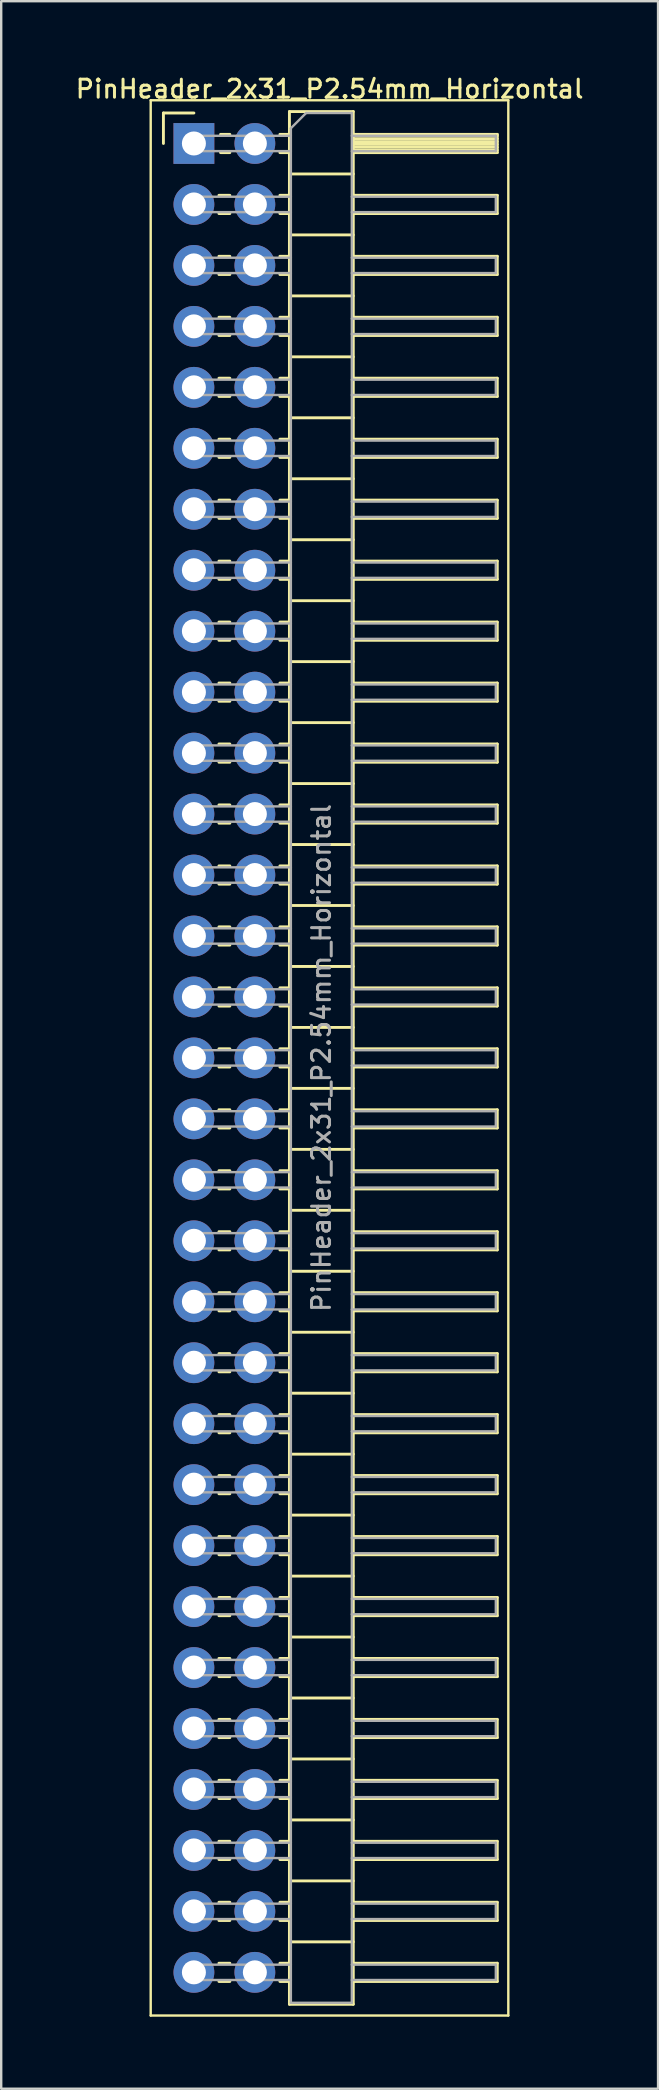
<source format=kicad_pcb>
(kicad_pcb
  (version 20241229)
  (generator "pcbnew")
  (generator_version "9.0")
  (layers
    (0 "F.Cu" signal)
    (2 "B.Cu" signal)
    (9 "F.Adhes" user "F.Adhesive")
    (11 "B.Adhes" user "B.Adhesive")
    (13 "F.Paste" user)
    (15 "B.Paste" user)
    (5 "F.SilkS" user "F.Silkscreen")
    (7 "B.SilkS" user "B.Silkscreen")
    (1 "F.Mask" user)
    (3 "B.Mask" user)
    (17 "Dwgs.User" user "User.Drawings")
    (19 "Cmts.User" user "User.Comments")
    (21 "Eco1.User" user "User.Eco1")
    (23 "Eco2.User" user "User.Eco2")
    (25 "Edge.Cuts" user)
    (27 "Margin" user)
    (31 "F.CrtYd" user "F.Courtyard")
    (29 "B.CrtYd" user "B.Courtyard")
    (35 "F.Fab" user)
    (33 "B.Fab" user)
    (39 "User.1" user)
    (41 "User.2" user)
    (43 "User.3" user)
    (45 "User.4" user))
  (footprint "PinHeader_2x31_P2.54mm_Horizontal"
    (layer "F.Cu")
    (at 5.029 2.928)
    (property "Reference" "PinHeader_2x31_P2.54mm_Horizontal" (at 5.655 -2.27 0) (layer "F.SilkS") (effects (font (size 0.75 0.75) (thickness 0.125))))
    (attr through_hole)
    (fp_line (start -1.8 -1.8) (end -1.8 78) (stroke (width 0.1) (type solid)) (layer "F.SilkS"))
    (fp_line (start -1.8 78) (end 13.1 78) (stroke (width 0.1) (type solid)) (layer "F.SilkS"))
    (fp_line (start -1.27 -1.27) (end 0 -1.27) (stroke (width 0.12) (type solid)) (layer "F.SilkS"))
    (fp_line (start -1.27 0) (end -1.27 -1.27) (stroke (width 0.12) (type solid)) (layer "F.SilkS"))
    (fp_line (start 1.043 2.16) (end 1.497 2.16) (stroke (width 0.12) (type solid)) (layer "F.SilkS"))
    (fp_line (start 1.043 2.92) (end 1.497 2.92) (stroke (width 0.12) (type solid)) (layer "F.SilkS"))
    (fp_line (start 1.043 4.7) (end 1.497 4.7) (stroke (width 0.12) (type solid)) (layer "F.SilkS"))
    (fp_line (start 1.043 5.46) (end 1.497 5.46) (stroke (width 0.12) (type solid)) (layer "F.SilkS"))
    (fp_line (start 1.043 7.24) (end 1.497 7.24) (stroke (width 0.12) (type solid)) (layer "F.SilkS"))
    (fp_line (start 1.043 8) (end 1.497 8) (stroke (width 0.12) (type solid)) (layer "F.SilkS"))
    (fp_line (start 1.043 9.78) (end 1.497 9.78) (stroke (width 0.12) (type solid)) (layer "F.SilkS"))
    (fp_line (start 1.043 10.54) (end 1.497 10.54) (stroke (width 0.12) (type solid)) (layer "F.SilkS"))
    (fp_line (start 1.043 12.32) (end 1.497 12.32) (stroke (width 0.12) (type solid)) (layer "F.SilkS"))
    (fp_line (start 1.043 13.08) (end 1.497 13.08) (stroke (width 0.12) (type solid)) (layer "F.SilkS"))
    (fp_line (start 1.043 14.86) (end 1.497 14.86) (stroke (width 0.12) (type solid)) (layer "F.SilkS"))
    (fp_line (start 1.043 15.62) (end 1.497 15.62) (stroke (width 0.12) (type solid)) (layer "F.SilkS"))
    (fp_line (start 1.043 17.4) (end 1.497 17.4) (stroke (width 0.12) (type solid)) (layer "F.SilkS"))
    (fp_line (start 1.043 18.16) (end 1.497 18.16) (stroke (width 0.12) (type solid)) (layer "F.SilkS"))
    (fp_line (start 1.043 19.94) (end 1.497 19.94) (stroke (width 0.12) (type solid)) (layer "F.SilkS"))
    (fp_line (start 1.043 20.7) (end 1.497 20.7) (stroke (width 0.12) (type solid)) (layer "F.SilkS"))
    (fp_line (start 1.043 22.48) (end 1.497 22.48) (stroke (width 0.12) (type solid)) (layer "F.SilkS"))
    (fp_line (start 1.043 23.24) (end 1.497 23.24) (stroke (width 0.12) (type solid)) (layer "F.SilkS"))
    (fp_line (start 1.043 25.02) (end 1.497 25.02) (stroke (width 0.12) (type solid)) (layer "F.SilkS"))
    (fp_line (start 1.043 25.78) (end 1.497 25.78) (stroke (width 0.12) (type solid)) (layer "F.SilkS"))
    (fp_line (start 1.043 27.56) (end 1.497 27.56) (stroke (width 0.12) (type solid)) (layer "F.SilkS"))
    (fp_line (start 1.043 28.32) (end 1.497 28.32) (stroke (width 0.12) (type solid)) (layer "F.SilkS"))
    (fp_line (start 1.043 30.1) (end 1.497 30.1) (stroke (width 0.12) (type solid)) (layer "F.SilkS"))
    (fp_line (start 1.043 30.86) (end 1.497 30.86) (stroke (width 0.12) (type solid)) (layer "F.SilkS"))
    (fp_line (start 1.043 32.64) (end 1.497 32.64) (stroke (width 0.12) (type solid)) (layer "F.SilkS"))
    (fp_line (start 1.043 33.4) (end 1.497 33.4) (stroke (width 0.12) (type solid)) (layer "F.SilkS"))
    (fp_line (start 1.043 35.18) (end 1.497 35.18) (stroke (width 0.12) (type solid)) (layer "F.SilkS"))
    (fp_line (start 1.043 35.94) (end 1.497 35.94) (stroke (width 0.12) (type solid)) (layer "F.SilkS"))
    (fp_line (start 1.043 37.72) (end 1.497 37.72) (stroke (width 0.12) (type solid)) (layer "F.SilkS"))
    (fp_line (start 1.043 38.48) (end 1.497 38.48) (stroke (width 0.12) (type solid)) (layer "F.SilkS"))
    (fp_line (start 1.043 40.26) (end 1.497 40.26) (stroke (width 0.12) (type solid)) (layer "F.SilkS"))
    (fp_line (start 1.043 41.02) (end 1.497 41.02) (stroke (width 0.12) (type solid)) (layer "F.SilkS"))
    (fp_line (start 1.043 42.8) (end 1.497 42.8) (stroke (width 0.12) (type solid)) (layer "F.SilkS"))
    (fp_line (start 1.043 43.56) (end 1.497 43.56) (stroke (width 0.12) (type solid)) (layer "F.SilkS"))
    (fp_line (start 1.043 45.34) (end 1.497 45.34) (stroke (width 0.12) (type solid)) (layer "F.SilkS"))
    (fp_line (start 1.043 46.1) (end 1.497 46.1) (stroke (width 0.12) (type solid)) (layer "F.SilkS"))
    (fp_line (start 1.043 47.88) (end 1.497 47.88) (stroke (width 0.12) (type solid)) (layer "F.SilkS"))
    (fp_line (start 1.043 48.64) (end 1.497 48.64) (stroke (width 0.12) (type solid)) (layer "F.SilkS"))
    (fp_line (start 1.043 50.42) (end 1.497 50.42) (stroke (width 0.12) (type solid)) (layer "F.SilkS"))
    (fp_line (start 1.043 51.18) (end 1.497 51.18) (stroke (width 0.12) (type solid)) (layer "F.SilkS"))
    (fp_line (start 1.043 52.96) (end 1.497 52.96) (stroke (width 0.12) (type solid)) (layer "F.SilkS"))
    (fp_line (start 1.043 53.72) (end 1.497 53.72) (stroke (width 0.12) (type solid)) (layer "F.SilkS"))
    (fp_line (start 1.043 55.5) (end 1.497 55.5) (stroke (width 0.12) (type solid)) (layer "F.SilkS"))
    (fp_line (start 1.043 56.26) (end 1.497 56.26) (stroke (width 0.12) (type solid)) (layer "F.SilkS"))
    (fp_line (start 1.043 58.04) (end 1.497 58.04) (stroke (width 0.12) (type solid)) (layer "F.SilkS"))
    (fp_line (start 1.043 58.8) (end 1.497 58.8) (stroke (width 0.12) (type solid)) (layer "F.SilkS"))
    (fp_line (start 1.043 60.58) (end 1.497 60.58) (stroke (width 0.12) (type solid)) (layer "F.SilkS"))
    (fp_line (start 1.043 61.34) (end 1.497 61.34) (stroke (width 0.12) (type solid)) (layer "F.SilkS"))
    (fp_line (start 1.043 63.12) (end 1.497 63.12) (stroke (width 0.12) (type solid)) (layer "F.SilkS"))
    (fp_line (start 1.043 63.88) (end 1.497 63.88) (stroke (width 0.12) (type solid)) (layer "F.SilkS"))
    (fp_line (start 1.043 65.66) (end 1.497 65.66) (stroke (width 0.12) (type solid)) (layer "F.SilkS"))
    (fp_line (start 1.043 66.42) (end 1.497 66.42) (stroke (width 0.12) (type solid)) (layer "F.SilkS"))
    (fp_line (start 1.043 68.2) (end 1.497 68.2) (stroke (width 0.12) (type solid)) (layer "F.SilkS"))
    (fp_line (start 1.043 68.96) (end 1.497 68.96) (stroke (width 0.12) (type solid)) (layer "F.SilkS"))
    (fp_line (start 1.043 70.74) (end 1.497 70.74) (stroke (width 0.12) (type solid)) (layer "F.SilkS"))
    (fp_line (start 1.043 71.5) (end 1.497 71.5) (stroke (width 0.12) (type solid)) (layer "F.SilkS"))
    (fp_line (start 1.043 73.28) (end 1.497 73.28) (stroke (width 0.12) (type solid)) (layer "F.SilkS"))
    (fp_line (start 1.043 74.04) (end 1.497 74.04) (stroke (width 0.12) (type solid)) (layer "F.SilkS"))
    (fp_line (start 1.043 75.82) (end 1.497 75.82) (stroke (width 0.12) (type solid)) (layer "F.SilkS"))
    (fp_line (start 1.043 76.58) (end 1.497 76.58) (stroke (width 0.12) (type solid)) (layer "F.SilkS"))
    (fp_line (start 1.11 -0.38) (end 1.497 -0.38) (stroke (width 0.12) (type solid)) (layer "F.SilkS"))
    (fp_line (start 1.11 0.38) (end 1.497 0.38) (stroke (width 0.12) (type solid)) (layer "F.SilkS"))
    (fp_line (start 3.583 -0.38) (end 3.98 -0.38) (stroke (width 0.12) (type solid)) (layer "F.SilkS"))
    (fp_line (start 3.583 0.38) (end 3.98 0.38) (stroke (width 0.12) (type solid)) (layer "F.SilkS"))
    (fp_line (start 3.583 2.16) (end 3.98 2.16) (stroke (width 0.12) (type solid)) (layer "F.SilkS"))
    (fp_line (start 3.583 2.92) (end 3.98 2.92) (stroke (width 0.12) (type solid)) (layer "F.SilkS"))
    (fp_line (start 3.583 4.7) (end 3.98 4.7) (stroke (width 0.12) (type solid)) (layer "F.SilkS"))
    (fp_line (start 3.583 5.46) (end 3.98 5.46) (stroke (width 0.12) (type solid)) (layer "F.SilkS"))
    (fp_line (start 3.583 7.24) (end 3.98 7.24) (stroke (width 0.12) (type solid)) (layer "F.SilkS"))
    (fp_line (start 3.583 8) (end 3.98 8) (stroke (width 0.12) (type solid)) (layer "F.SilkS"))
    (fp_line (start 3.583 9.78) (end 3.98 9.78) (stroke (width 0.12) (type solid)) (layer "F.SilkS"))
    (fp_line (start 3.583 10.54) (end 3.98 10.54) (stroke (width 0.12) (type solid)) (layer "F.SilkS"))
    (fp_line (start 3.583 12.32) (end 3.98 12.32) (stroke (width 0.12) (type solid)) (layer "F.SilkS"))
    (fp_line (start 3.583 13.08) (end 3.98 13.08) (stroke (width 0.12) (type solid)) (layer "F.SilkS"))
    (fp_line (start 3.583 14.86) (end 3.98 14.86) (stroke (width 0.12) (type solid)) (layer "F.SilkS"))
    (fp_line (start 3.583 15.62) (end 3.98 15.62) (stroke (width 0.12) (type solid)) (layer "F.SilkS"))
    (fp_line (start 3.583 17.4) (end 3.98 17.4) (stroke (width 0.12) (type solid)) (layer "F.SilkS"))
    (fp_line (start 3.583 18.16) (end 3.98 18.16) (stroke (width 0.12) (type solid)) (layer "F.SilkS"))
    (fp_line (start 3.583 19.94) (end 3.98 19.94) (stroke (width 0.12) (type solid)) (layer "F.SilkS"))
    (fp_line (start 3.583 20.7) (end 3.98 20.7) (stroke (width 0.12) (type solid)) (layer "F.SilkS"))
    (fp_line (start 3.583 22.48) (end 3.98 22.48) (stroke (width 0.12) (type solid)) (layer "F.SilkS"))
    (fp_line (start 3.583 23.24) (end 3.98 23.24) (stroke (width 0.12) (type solid)) (layer "F.SilkS"))
    (fp_line (start 3.583 25.02) (end 3.98 25.02) (stroke (width 0.12) (type solid)) (layer "F.SilkS"))
    (fp_line (start 3.583 25.78) (end 3.98 25.78) (stroke (width 0.12) (type solid)) (layer "F.SilkS"))
    (fp_line (start 3.583 27.56) (end 3.98 27.56) (stroke (width 0.12) (type solid)) (layer "F.SilkS"))
    (fp_line (start 3.583 28.32) (end 3.98 28.32) (stroke (width 0.12) (type solid)) (layer "F.SilkS"))
    (fp_line (start 3.583 30.1) (end 3.98 30.1) (stroke (width 0.12) (type solid)) (layer "F.SilkS"))
    (fp_line (start 3.583 30.86) (end 3.98 30.86) (stroke (width 0.12) (type solid)) (layer "F.SilkS"))
    (fp_line (start 3.583 32.64) (end 3.98 32.64) (stroke (width 0.12) (type solid)) (layer "F.SilkS"))
    (fp_line (start 3.583 33.4) (end 3.98 33.4) (stroke (width 0.12) (type solid)) (layer "F.SilkS"))
    (fp_line (start 3.583 35.18) (end 3.98 35.18) (stroke (width 0.12) (type solid)) (layer "F.SilkS"))
    (fp_line (start 3.583 35.94) (end 3.98 35.94) (stroke (width 0.12) (type solid)) (layer "F.SilkS"))
    (fp_line (start 3.583 37.72) (end 3.98 37.72) (stroke (width 0.12) (type solid)) (layer "F.SilkS"))
    (fp_line (start 3.583 38.48) (end 3.98 38.48) (stroke (width 0.12) (type solid)) (layer "F.SilkS"))
    (fp_line (start 3.583 40.26) (end 3.98 40.26) (stroke (width 0.12) (type solid)) (layer "F.SilkS"))
    (fp_line (start 3.583 41.02) (end 3.98 41.02) (stroke (width 0.12) (type solid)) (layer "F.SilkS"))
    (fp_line (start 3.583 42.8) (end 3.98 42.8) (stroke (width 0.12) (type solid)) (layer "F.SilkS"))
    (fp_line (start 3.583 43.56) (end 3.98 43.56) (stroke (width 0.12) (type solid)) (layer "F.SilkS"))
    (fp_line (start 3.583 45.34) (end 3.98 45.34) (stroke (width 0.12) (type solid)) (layer "F.SilkS"))
    (fp_line (start 3.583 46.1) (end 3.98 46.1) (stroke (width 0.12) (type solid)) (layer "F.SilkS"))
    (fp_line (start 3.583 47.88) (end 3.98 47.88) (stroke (width 0.12) (type solid)) (layer "F.SilkS"))
    (fp_line (start 3.583 48.64) (end 3.98 48.64) (stroke (width 0.12) (type solid)) (layer "F.SilkS"))
    (fp_line (start 3.583 50.42) (end 3.98 50.42) (stroke (width 0.12) (type solid)) (layer "F.SilkS"))
    (fp_line (start 3.583 51.18) (end 3.98 51.18) (stroke (width 0.12) (type solid)) (layer "F.SilkS"))
    (fp_line (start 3.583 52.96) (end 3.98 52.96) (stroke (width 0.12) (type solid)) (layer "F.SilkS"))
    (fp_line (start 3.583 53.72) (end 3.98 53.72) (stroke (width 0.12) (type solid)) (layer "F.SilkS"))
    (fp_line (start 3.583 55.5) (end 3.98 55.5) (stroke (width 0.12) (type solid)) (layer "F.SilkS"))
    (fp_line (start 3.583 56.26) (end 3.98 56.26) (stroke (width 0.12) (type solid)) (layer "F.SilkS"))
    (fp_line (start 3.583 58.04) (end 3.98 58.04) (stroke (width 0.12) (type solid)) (layer "F.SilkS"))
    (fp_line (start 3.583 58.8) (end 3.98 58.8) (stroke (width 0.12) (type solid)) (layer "F.SilkS"))
    (fp_line (start 3.583 60.58) (end 3.98 60.58) (stroke (width 0.12) (type solid)) (layer "F.SilkS"))
    (fp_line (start 3.583 61.34) (end 3.98 61.34) (stroke (width 0.12) (type solid)) (layer "F.SilkS"))
    (fp_line (start 3.583 63.12) (end 3.98 63.12) (stroke (width 0.12) (type solid)) (layer "F.SilkS"))
    (fp_line (start 3.583 63.88) (end 3.98 63.88) (stroke (width 0.12) (type solid)) (layer "F.SilkS"))
    (fp_line (start 3.583 65.66) (end 3.98 65.66) (stroke (width 0.12) (type solid)) (layer "F.SilkS"))
    (fp_line (start 3.583 66.42) (end 3.98 66.42) (stroke (width 0.12) (type solid)) (layer "F.SilkS"))
    (fp_line (start 3.583 68.2) (end 3.98 68.2) (stroke (width 0.12) (type solid)) (layer "F.SilkS"))
    (fp_line (start 3.583 68.96) (end 3.98 68.96) (stroke (width 0.12) (type solid)) (layer "F.SilkS"))
    (fp_line (start 3.583 70.74) (end 3.98 70.74) (stroke (width 0.12) (type solid)) (layer "F.SilkS"))
    (fp_line (start 3.583 71.5) (end 3.98 71.5) (stroke (width 0.12) (type solid)) (layer "F.SilkS"))
    (fp_line (start 3.583 73.28) (end 3.98 73.28) (stroke (width 0.12) (type solid)) (layer "F.SilkS"))
    (fp_line (start 3.583 74.04) (end 3.98 74.04) (stroke (width 0.12) (type solid)) (layer "F.SilkS"))
    (fp_line (start 3.583 75.82) (end 3.98 75.82) (stroke (width 0.12) (type solid)) (layer "F.SilkS"))
    (fp_line (start 3.583 76.58) (end 3.98 76.58) (stroke (width 0.12) (type solid)) (layer "F.SilkS"))
    (fp_line (start 3.98 -1.33) (end 3.98 77.53) (stroke (width 0.12) (type solid)) (layer "F.SilkS"))
    (fp_line (start 3.98 1.27) (end 6.64 1.27) (stroke (width 0.12) (type solid)) (layer "F.SilkS"))
    (fp_line (start 3.98 3.81) (end 6.64 3.81) (stroke (width 0.12) (type solid)) (layer "F.SilkS"))
    (fp_line (start 3.98 6.35) (end 6.64 6.35) (stroke (width 0.12) (type solid)) (layer "F.SilkS"))
    (fp_line (start 3.98 8.89) (end 6.64 8.89) (stroke (width 0.12) (type solid)) (layer "F.SilkS"))
    (fp_line (start 3.98 11.43) (end 6.64 11.43) (stroke (width 0.12) (type solid)) (layer "F.SilkS"))
    (fp_line (start 3.98 13.97) (end 6.64 13.97) (stroke (width 0.12) (type solid)) (layer "F.SilkS"))
    (fp_line (start 3.98 16.51) (end 6.64 16.51) (stroke (width 0.12) (type solid)) (layer "F.SilkS"))
    (fp_line (start 3.98 19.05) (end 6.64 19.05) (stroke (width 0.12) (type solid)) (layer "F.SilkS"))
    (fp_line (start 3.98 21.59) (end 6.64 21.59) (stroke (width 0.12) (type solid)) (layer "F.SilkS"))
    (fp_line (start 3.98 24.13) (end 6.64 24.13) (stroke (width 0.12) (type solid)) (layer "F.SilkS"))
    (fp_line (start 3.98 26.67) (end 6.64 26.67) (stroke (width 0.12) (type solid)) (layer "F.SilkS"))
    (fp_line (start 3.98 29.21) (end 6.64 29.21) (stroke (width 0.12) (type solid)) (layer "F.SilkS"))
    (fp_line (start 3.98 31.75) (end 6.64 31.75) (stroke (width 0.12) (type solid)) (layer "F.SilkS"))
    (fp_line (start 3.98 34.29) (end 6.64 34.29) (stroke (width 0.12) (type solid)) (layer "F.SilkS"))
    (fp_line (start 3.98 36.83) (end 6.64 36.83) (stroke (width 0.12) (type solid)) (layer "F.SilkS"))
    (fp_line (start 3.98 39.37) (end 6.64 39.37) (stroke (width 0.12) (type solid)) (layer "F.SilkS"))
    (fp_line (start 3.98 41.91) (end 6.64 41.91) (stroke (width 0.12) (type solid)) (layer "F.SilkS"))
    (fp_line (start 3.98 44.45) (end 6.64 44.45) (stroke (width 0.12) (type solid)) (layer "F.SilkS"))
    (fp_line (start 3.98 46.99) (end 6.64 46.99) (stroke (width 0.12) (type solid)) (layer "F.SilkS"))
    (fp_line (start 3.98 49.53) (end 6.64 49.53) (stroke (width 0.12) (type solid)) (layer "F.SilkS"))
    (fp_line (start 3.98 52.07) (end 6.64 52.07) (stroke (width 0.12) (type solid)) (layer "F.SilkS"))
    (fp_line (start 3.98 54.61) (end 6.64 54.61) (stroke (width 0.12) (type solid)) (layer "F.SilkS"))
    (fp_line (start 3.98 57.15) (end 6.64 57.15) (stroke (width 0.12) (type solid)) (layer "F.SilkS"))
    (fp_line (start 3.98 59.69) (end 6.64 59.69) (stroke (width 0.12) (type solid)) (layer "F.SilkS"))
    (fp_line (start 3.98 62.23) (end 6.64 62.23) (stroke (width 0.12) (type solid)) (layer "F.SilkS"))
    (fp_line (start 3.98 64.77) (end 6.64 64.77) (stroke (width 0.12) (type solid)) (layer "F.SilkS"))
    (fp_line (start 3.98 67.31) (end 6.64 67.31) (stroke (width 0.12) (type solid)) (layer "F.SilkS"))
    (fp_line (start 3.98 69.85) (end 6.64 69.85) (stroke (width 0.12) (type solid)) (layer "F.SilkS"))
    (fp_line (start 3.98 72.39) (end 6.64 72.39) (stroke (width 0.12) (type solid)) (layer "F.SilkS"))
    (fp_line (start 3.98 74.93) (end 6.64 74.93) (stroke (width 0.12) (type solid)) (layer "F.SilkS"))
    (fp_line (start 3.98 77.53) (end 6.64 77.53) (stroke (width 0.12) (type solid)) (layer "F.SilkS"))
    (fp_line (start 6.64 -1.33) (end 3.98 -1.33) (stroke (width 0.12) (type solid)) (layer "F.SilkS"))
    (fp_line (start 6.64 -0.38) (end 12.64 -0.38) (stroke (width 0.12) (type solid)) (layer "F.SilkS"))
    (fp_line (start 6.64 -0.32) (end 12.64 -0.32) (stroke (width 0.12) (type solid)) (layer "F.SilkS"))
    (fp_line (start 6.64 -0.2) (end 12.64 -0.2) (stroke (width 0.12) (type solid)) (layer "F.SilkS"))
    (fp_line (start 6.64 -0.08) (end 12.64 -0.08) (stroke (width 0.12) (type solid)) (layer "F.SilkS"))
    (fp_line (start 6.64 0.04) (end 12.64 0.04) (stroke (width 0.12) (type solid)) (layer "F.SilkS"))
    (fp_line (start 6.64 0.16) (end 12.64 0.16) (stroke (width 0.12) (type solid)) (layer "F.SilkS"))
    (fp_line (start 6.64 0.28) (end 12.64 0.28) (stroke (width 0.12) (type solid)) (layer "F.SilkS"))
    (fp_line (start 6.64 2.16) (end 12.64 2.16) (stroke (width 0.12) (type solid)) (layer "F.SilkS"))
    (fp_line (start 6.64 4.7) (end 12.64 4.7) (stroke (width 0.12) (type solid)) (layer "F.SilkS"))
    (fp_line (start 6.64 7.24) (end 12.64 7.24) (stroke (width 0.12) (type solid)) (layer "F.SilkS"))
    (fp_line (start 6.64 9.78) (end 12.64 9.78) (stroke (width 0.12) (type solid)) (layer "F.SilkS"))
    (fp_line (start 6.64 12.32) (end 12.64 12.32) (stroke (width 0.12) (type solid)) (layer "F.SilkS"))
    (fp_line (start 6.64 14.86) (end 12.64 14.86) (stroke (width 0.12) (type solid)) (layer "F.SilkS"))
    (fp_line (start 6.64 17.4) (end 12.64 17.4) (stroke (width 0.12) (type solid)) (layer "F.SilkS"))
    (fp_line (start 6.64 19.94) (end 12.64 19.94) (stroke (width 0.12) (type solid)) (layer "F.SilkS"))
    (fp_line (start 6.64 22.48) (end 12.64 22.48) (stroke (width 0.12) (type solid)) (layer "F.SilkS"))
    (fp_line (start 6.64 25.02) (end 12.64 25.02) (stroke (width 0.12) (type solid)) (layer "F.SilkS"))
    (fp_line (start 6.64 27.56) (end 12.64 27.56) (stroke (width 0.12) (type solid)) (layer "F.SilkS"))
    (fp_line (start 6.64 30.1) (end 12.64 30.1) (stroke (width 0.12) (type solid)) (layer "F.SilkS"))
    (fp_line (start 6.64 32.64) (end 12.64 32.64) (stroke (width 0.12) (type solid)) (layer "F.SilkS"))
    (fp_line (start 6.64 35.18) (end 12.64 35.18) (stroke (width 0.12) (type solid)) (layer "F.SilkS"))
    (fp_line (start 6.64 37.72) (end 12.64 37.72) (stroke (width 0.12) (type solid)) (layer "F.SilkS"))
    (fp_line (start 6.64 40.26) (end 12.64 40.26) (stroke (width 0.12) (type solid)) (layer "F.SilkS"))
    (fp_line (start 6.64 42.8) (end 12.64 42.8) (stroke (width 0.12) (type solid)) (layer "F.SilkS"))
    (fp_line (start 6.64 45.34) (end 12.64 45.34) (stroke (width 0.12) (type solid)) (layer "F.SilkS"))
    (fp_line (start 6.64 47.88) (end 12.64 47.88) (stroke (width 0.12) (type solid)) (layer "F.SilkS"))
    (fp_line (start 6.64 50.42) (end 12.64 50.42) (stroke (width 0.12) (type solid)) (layer "F.SilkS"))
    (fp_line (start 6.64 52.96) (end 12.64 52.96) (stroke (width 0.12) (type solid)) (layer "F.SilkS"))
    (fp_line (start 6.64 55.5) (end 12.64 55.5) (stroke (width 0.12) (type solid)) (layer "F.SilkS"))
    (fp_line (start 6.64 58.04) (end 12.64 58.04) (stroke (width 0.12) (type solid)) (layer "F.SilkS"))
    (fp_line (start 6.64 60.58) (end 12.64 60.58) (stroke (width 0.12) (type solid)) (layer "F.SilkS"))
    (fp_line (start 6.64 63.12) (end 12.64 63.12) (stroke (width 0.12) (type solid)) (layer "F.SilkS"))
    (fp_line (start 6.64 65.66) (end 12.64 65.66) (stroke (width 0.12) (type solid)) (layer "F.SilkS"))
    (fp_line (start 6.64 68.2) (end 12.64 68.2) (stroke (width 0.12) (type solid)) (layer "F.SilkS"))
    (fp_line (start 6.64 70.74) (end 12.64 70.74) (stroke (width 0.12) (type solid)) (layer "F.SilkS"))
    (fp_line (start 6.64 73.28) (end 12.64 73.28) (stroke (width 0.12) (type solid)) (layer "F.SilkS"))
    (fp_line (start 6.64 75.82) (end 12.64 75.82) (stroke (width 0.12) (type solid)) (layer "F.SilkS"))
    (fp_line (start 6.64 77.53) (end 6.64 -1.33) (stroke (width 0.12) (type solid)) (layer "F.SilkS"))
    (fp_line (start 12.64 -0.38) (end 12.64 0.38) (stroke (width 0.12) (type solid)) (layer "F.SilkS"))
    (fp_line (start 12.64 0.38) (end 6.64 0.38) (stroke (width 0.12) (type solid)) (layer "F.SilkS"))
    (fp_line (start 12.64 2.16) (end 12.64 2.92) (stroke (width 0.12) (type solid)) (layer "F.SilkS"))
    (fp_line (start 12.64 2.92) (end 6.64 2.92) (stroke (width 0.12) (type solid)) (layer "F.SilkS"))
    (fp_line (start 12.64 4.7) (end 12.64 5.46) (stroke (width 0.12) (type solid)) (layer "F.SilkS"))
    (fp_line (start 12.64 5.46) (end 6.64 5.46) (stroke (width 0.12) (type solid)) (layer "F.SilkS"))
    (fp_line (start 12.64 7.24) (end 12.64 8) (stroke (width 0.12) (type solid)) (layer "F.SilkS"))
    (fp_line (start 12.64 8) (end 6.64 8) (stroke (width 0.12) (type solid)) (layer "F.SilkS"))
    (fp_line (start 12.64 9.78) (end 12.64 10.54) (stroke (width 0.12) (type solid)) (layer "F.SilkS"))
    (fp_line (start 12.64 10.54) (end 6.64 10.54) (stroke (width 0.12) (type solid)) (layer "F.SilkS"))
    (fp_line (start 12.64 12.32) (end 12.64 13.08) (stroke (width 0.12) (type solid)) (layer "F.SilkS"))
    (fp_line (start 12.64 13.08) (end 6.64 13.08) (stroke (width 0.12) (type solid)) (layer "F.SilkS"))
    (fp_line (start 12.64 14.86) (end 12.64 15.62) (stroke (width 0.12) (type solid)) (layer "F.SilkS"))
    (fp_line (start 12.64 15.62) (end 6.64 15.62) (stroke (width 0.12) (type solid)) (layer "F.SilkS"))
    (fp_line (start 12.64 17.4) (end 12.64 18.16) (stroke (width 0.12) (type solid)) (layer "F.SilkS"))
    (fp_line (start 12.64 18.16) (end 6.64 18.16) (stroke (width 0.12) (type solid)) (layer "F.SilkS"))
    (fp_line (start 12.64 19.94) (end 12.64 20.7) (stroke (width 0.12) (type solid)) (layer "F.SilkS"))
    (fp_line (start 12.64 20.7) (end 6.64 20.7) (stroke (width 0.12) (type solid)) (layer "F.SilkS"))
    (fp_line (start 12.64 22.48) (end 12.64 23.24) (stroke (width 0.12) (type solid)) (layer "F.SilkS"))
    (fp_line (start 12.64 23.24) (end 6.64 23.24) (stroke (width 0.12) (type solid)) (layer "F.SilkS"))
    (fp_line (start 12.64 25.02) (end 12.64 25.78) (stroke (width 0.12) (type solid)) (layer "F.SilkS"))
    (fp_line (start 12.64 25.78) (end 6.64 25.78) (stroke (width 0.12) (type solid)) (layer "F.SilkS"))
    (fp_line (start 12.64 27.56) (end 12.64 28.32) (stroke (width 0.12) (type solid)) (layer "F.SilkS"))
    (fp_line (start 12.64 28.32) (end 6.64 28.32) (stroke (width 0.12) (type solid)) (layer "F.SilkS"))
    (fp_line (start 12.64 30.1) (end 12.64 30.86) (stroke (width 0.12) (type solid)) (layer "F.SilkS"))
    (fp_line (start 12.64 30.86) (end 6.64 30.86) (stroke (width 0.12) (type solid)) (layer "F.SilkS"))
    (fp_line (start 12.64 32.64) (end 12.64 33.4) (stroke (width 0.12) (type solid)) (layer "F.SilkS"))
    (fp_line (start 12.64 33.4) (end 6.64 33.4) (stroke (width 0.12) (type solid)) (layer "F.SilkS"))
    (fp_line (start 12.64 35.18) (end 12.64 35.94) (stroke (width 0.12) (type solid)) (layer "F.SilkS"))
    (fp_line (start 12.64 35.94) (end 6.64 35.94) (stroke (width 0.12) (type solid)) (layer "F.SilkS"))
    (fp_line (start 12.64 37.72) (end 12.64 38.48) (stroke (width 0.12) (type solid)) (layer "F.SilkS"))
    (fp_line (start 12.64 38.48) (end 6.64 38.48) (stroke (width 0.12) (type solid)) (layer "F.SilkS"))
    (fp_line (start 12.64 40.26) (end 12.64 41.02) (stroke (width 0.12) (type solid)) (layer "F.SilkS"))
    (fp_line (start 12.64 41.02) (end 6.64 41.02) (stroke (width 0.12) (type solid)) (layer "F.SilkS"))
    (fp_line (start 12.64 42.8) (end 12.64 43.56) (stroke (width 0.12) (type solid)) (layer "F.SilkS"))
    (fp_line (start 12.64 43.56) (end 6.64 43.56) (stroke (width 0.12) (type solid)) (layer "F.SilkS"))
    (fp_line (start 12.64 45.34) (end 12.64 46.1) (stroke (width 0.12) (type solid)) (layer "F.SilkS"))
    (fp_line (start 12.64 46.1) (end 6.64 46.1) (stroke (width 0.12) (type solid)) (layer "F.SilkS"))
    (fp_line (start 12.64 47.88) (end 12.64 48.64) (stroke (width 0.12) (type solid)) (layer "F.SilkS"))
    (fp_line (start 12.64 48.64) (end 6.64 48.64) (stroke (width 0.12) (type solid)) (layer "F.SilkS"))
    (fp_line (start 12.64 50.42) (end 12.64 51.18) (stroke (width 0.12) (type solid)) (layer "F.SilkS"))
    (fp_line (start 12.64 51.18) (end 6.64 51.18) (stroke (width 0.12) (type solid)) (layer "F.SilkS"))
    (fp_line (start 12.64 52.96) (end 12.64 53.72) (stroke (width 0.12) (type solid)) (layer "F.SilkS"))
    (fp_line (start 12.64 53.72) (end 6.64 53.72) (stroke (width 0.12) (type solid)) (layer "F.SilkS"))
    (fp_line (start 12.64 55.5) (end 12.64 56.26) (stroke (width 0.12) (type solid)) (layer "F.SilkS"))
    (fp_line (start 12.64 56.26) (end 6.64 56.26) (stroke (width 0.12) (type solid)) (layer "F.SilkS"))
    (fp_line (start 12.64 58.04) (end 12.64 58.8) (stroke (width 0.12) (type solid)) (layer "F.SilkS"))
    (fp_line (start 12.64 58.8) (end 6.64 58.8) (stroke (width 0.12) (type solid)) (layer "F.SilkS"))
    (fp_line (start 12.64 60.58) (end 12.64 61.34) (stroke (width 0.12) (type solid)) (layer "F.SilkS"))
    (fp_line (start 12.64 61.34) (end 6.64 61.34) (stroke (width 0.12) (type solid)) (layer "F.SilkS"))
    (fp_line (start 12.64 63.12) (end 12.64 63.88) (stroke (width 0.12) (type solid)) (layer "F.SilkS"))
    (fp_line (start 12.64 63.88) (end 6.64 63.88) (stroke (width 0.12) (type solid)) (layer "F.SilkS"))
    (fp_line (start 12.64 65.66) (end 12.64 66.42) (stroke (width 0.12) (type solid)) (layer "F.SilkS"))
    (fp_line (start 12.64 66.42) (end 6.64 66.42) (stroke (width 0.12) (type solid)) (layer "F.SilkS"))
    (fp_line (start 12.64 68.2) (end 12.64 68.96) (stroke (width 0.12) (type solid)) (layer "F.SilkS"))
    (fp_line (start 12.64 68.96) (end 6.64 68.96) (stroke (width 0.12) (type solid)) (layer "F.SilkS"))
    (fp_line (start 12.64 70.74) (end 12.64 71.5) (stroke (width 0.12) (type solid)) (layer "F.SilkS"))
    (fp_line (start 12.64 71.5) (end 6.64 71.5) (stroke (width 0.12) (type solid)) (layer "F.SilkS"))
    (fp_line (start 12.64 73.28) (end 12.64 74.04) (stroke (width 0.12) (type solid)) (layer "F.SilkS"))
    (fp_line (start 12.64 74.04) (end 6.64 74.04) (stroke (width 0.12) (type solid)) (layer "F.SilkS"))
    (fp_line (start 12.64 75.82) (end 12.64 76.58) (stroke (width 0.12) (type solid)) (layer "F.SilkS"))
    (fp_line (start 12.64 76.58) (end 6.64 76.58) (stroke (width 0.12) (type solid)) (layer "F.SilkS"))
    (fp_line (start 13.1 -1.8) (end -1.8 -1.8) (stroke (width 0.1) (type solid)) (layer "F.SilkS"))
    (fp_line (start 13.1 78) (end 13.1 -1.8) (stroke (width 0.1) (type solid)) (layer "F.SilkS"))
    (fp_line (start -0.32 -0.32) (end -0.32 0.32) (stroke (width 0.1) (type solid)) (layer "F.Fab"))
    (fp_line (start -0.32 -0.32) (end 4.04 -0.32) (stroke (width 0.1) (type solid)) (layer "F.Fab"))
    (fp_line (start -0.32 0.32) (end 4.04 0.32) (stroke (width 0.1) (type solid)) (layer "F.Fab"))
    (fp_line (start -0.32 2.22) (end -0.32 2.86) (stroke (width 0.1) (type solid)) (layer "F.Fab"))
    (fp_line (start -0.32 2.22) (end 4.04 2.22) (stroke (width 0.1) (type solid)) (layer "F.Fab"))
    (fp_line (start -0.32 2.86) (end 4.04 2.86) (stroke (width 0.1) (type solid)) (layer "F.Fab"))
    (fp_line (start -0.32 4.76) (end -0.32 5.4) (stroke (width 0.1) (type solid)) (layer "F.Fab"))
    (fp_line (start -0.32 4.76) (end 4.04 4.76) (stroke (width 0.1) (type solid)) (layer "F.Fab"))
    (fp_line (start -0.32 5.4) (end 4.04 5.4) (stroke (width 0.1) (type solid)) (layer "F.Fab"))
    (fp_line (start -0.32 7.3) (end -0.32 7.94) (stroke (width 0.1) (type solid)) (layer "F.Fab"))
    (fp_line (start -0.32 7.3) (end 4.04 7.3) (stroke (width 0.1) (type solid)) (layer "F.Fab"))
    (fp_line (start -0.32 7.94) (end 4.04 7.94) (stroke (width 0.1) (type solid)) (layer "F.Fab"))
    (fp_line (start -0.32 9.84) (end -0.32 10.48) (stroke (width 0.1) (type solid)) (layer "F.Fab"))
    (fp_line (start -0.32 9.84) (end 4.04 9.84) (stroke (width 0.1) (type solid)) (layer "F.Fab"))
    (fp_line (start -0.32 10.48) (end 4.04 10.48) (stroke (width 0.1) (type solid)) (layer "F.Fab"))
    (fp_line (start -0.32 12.38) (end -0.32 13.02) (stroke (width 0.1) (type solid)) (layer "F.Fab"))
    (fp_line (start -0.32 12.38) (end 4.04 12.38) (stroke (width 0.1) (type solid)) (layer "F.Fab"))
    (fp_line (start -0.32 13.02) (end 4.04 13.02) (stroke (width 0.1) (type solid)) (layer "F.Fab"))
    (fp_line (start -0.32 14.92) (end -0.32 15.56) (stroke (width 0.1) (type solid)) (layer "F.Fab"))
    (fp_line (start -0.32 14.92) (end 4.04 14.92) (stroke (width 0.1) (type solid)) (layer "F.Fab"))
    (fp_line (start -0.32 15.56) (end 4.04 15.56) (stroke (width 0.1) (type solid)) (layer "F.Fab"))
    (fp_line (start -0.32 17.46) (end -0.32 18.1) (stroke (width 0.1) (type solid)) (layer "F.Fab"))
    (fp_line (start -0.32 17.46) (end 4.04 17.46) (stroke (width 0.1) (type solid)) (layer "F.Fab"))
    (fp_line (start -0.32 18.1) (end 4.04 18.1) (stroke (width 0.1) (type solid)) (layer "F.Fab"))
    (fp_line (start -0.32 20) (end -0.32 20.64) (stroke (width 0.1) (type solid)) (layer "F.Fab"))
    (fp_line (start -0.32 20) (end 4.04 20) (stroke (width 0.1) (type solid)) (layer "F.Fab"))
    (fp_line (start -0.32 20.64) (end 4.04 20.64) (stroke (width 0.1) (type solid)) (layer "F.Fab"))
    (fp_line (start -0.32 22.54) (end -0.32 23.18) (stroke (width 0.1) (type solid)) (layer "F.Fab"))
    (fp_line (start -0.32 22.54) (end 4.04 22.54) (stroke (width 0.1) (type solid)) (layer "F.Fab"))
    (fp_line (start -0.32 23.18) (end 4.04 23.18) (stroke (width 0.1) (type solid)) (layer "F.Fab"))
    (fp_line (start -0.32 25.08) (end -0.32 25.72) (stroke (width 0.1) (type solid)) (layer "F.Fab"))
    (fp_line (start -0.32 25.08) (end 4.04 25.08) (stroke (width 0.1) (type solid)) (layer "F.Fab"))
    (fp_line (start -0.32 25.72) (end 4.04 25.72) (stroke (width 0.1) (type solid)) (layer "F.Fab"))
    (fp_line (start -0.32 27.62) (end -0.32 28.26) (stroke (width 0.1) (type solid)) (layer "F.Fab"))
    (fp_line (start -0.32 27.62) (end 4.04 27.62) (stroke (width 0.1) (type solid)) (layer "F.Fab"))
    (fp_line (start -0.32 28.26) (end 4.04 28.26) (stroke (width 0.1) (type solid)) (layer "F.Fab"))
    (fp_line (start -0.32 30.16) (end -0.32 30.8) (stroke (width 0.1) (type solid)) (layer "F.Fab"))
    (fp_line (start -0.32 30.16) (end 4.04 30.16) (stroke (width 0.1) (type solid)) (layer "F.Fab"))
    (fp_line (start -0.32 30.8) (end 4.04 30.8) (stroke (width 0.1) (type solid)) (layer "F.Fab"))
    (fp_line (start -0.32 32.7) (end -0.32 33.34) (stroke (width 0.1) (type solid)) (layer "F.Fab"))
    (fp_line (start -0.32 32.7) (end 4.04 32.7) (stroke (width 0.1) (type solid)) (layer "F.Fab"))
    (fp_line (start -0.32 33.34) (end 4.04 33.34) (stroke (width 0.1) (type solid)) (layer "F.Fab"))
    (fp_line (start -0.32 35.24) (end -0.32 35.88) (stroke (width 0.1) (type solid)) (layer "F.Fab"))
    (fp_line (start -0.32 35.24) (end 4.04 35.24) (stroke (width 0.1) (type solid)) (layer "F.Fab"))
    (fp_line (start -0.32 35.88) (end 4.04 35.88) (stroke (width 0.1) (type solid)) (layer "F.Fab"))
    (fp_line (start -0.32 37.78) (end -0.32 38.42) (stroke (width 0.1) (type solid)) (layer "F.Fab"))
    (fp_line (start -0.32 37.78) (end 4.04 37.78) (stroke (width 0.1) (type solid)) (layer "F.Fab"))
    (fp_line (start -0.32 38.42) (end 4.04 38.42) (stroke (width 0.1) (type solid)) (layer "F.Fab"))
    (fp_line (start -0.32 40.32) (end -0.32 40.96) (stroke (width 0.1) (type solid)) (layer "F.Fab"))
    (fp_line (start -0.32 40.32) (end 4.04 40.32) (stroke (width 0.1) (type solid)) (layer "F.Fab"))
    (fp_line (start -0.32 40.96) (end 4.04 40.96) (stroke (width 0.1) (type solid)) (layer "F.Fab"))
    (fp_line (start -0.32 42.86) (end -0.32 43.5) (stroke (width 0.1) (type solid)) (layer "F.Fab"))
    (fp_line (start -0.32 42.86) (end 4.04 42.86) (stroke (width 0.1) (type solid)) (layer "F.Fab"))
    (fp_line (start -0.32 43.5) (end 4.04 43.5) (stroke (width 0.1) (type solid)) (layer "F.Fab"))
    (fp_line (start -0.32 45.4) (end -0.32 46.04) (stroke (width 0.1) (type solid)) (layer "F.Fab"))
    (fp_line (start -0.32 45.4) (end 4.04 45.4) (stroke (width 0.1) (type solid)) (layer "F.Fab"))
    (fp_line (start -0.32 46.04) (end 4.04 46.04) (stroke (width 0.1) (type solid)) (layer "F.Fab"))
    (fp_line (start -0.32 47.94) (end -0.32 48.58) (stroke (width 0.1) (type solid)) (layer "F.Fab"))
    (fp_line (start -0.32 47.94) (end 4.04 47.94) (stroke (width 0.1) (type solid)) (layer "F.Fab"))
    (fp_line (start -0.32 48.58) (end 4.04 48.58) (stroke (width 0.1) (type solid)) (layer "F.Fab"))
    (fp_line (start -0.32 50.48) (end -0.32 51.12) (stroke (width 0.1) (type solid)) (layer "F.Fab"))
    (fp_line (start -0.32 50.48) (end 4.04 50.48) (stroke (width 0.1) (type solid)) (layer "F.Fab"))
    (fp_line (start -0.32 51.12) (end 4.04 51.12) (stroke (width 0.1) (type solid)) (layer "F.Fab"))
    (fp_line (start -0.32 53.02) (end -0.32 53.66) (stroke (width 0.1) (type solid)) (layer "F.Fab"))
    (fp_line (start -0.32 53.02) (end 4.04 53.02) (stroke (width 0.1) (type solid)) (layer "F.Fab"))
    (fp_line (start -0.32 53.66) (end 4.04 53.66) (stroke (width 0.1) (type solid)) (layer "F.Fab"))
    (fp_line (start -0.32 55.56) (end -0.32 56.2) (stroke (width 0.1) (type solid)) (layer "F.Fab"))
    (fp_line (start -0.32 55.56) (end 4.04 55.56) (stroke (width 0.1) (type solid)) (layer "F.Fab"))
    (fp_line (start -0.32 56.2) (end 4.04 56.2) (stroke (width 0.1) (type solid)) (layer "F.Fab"))
    (fp_line (start -0.32 58.1) (end -0.32 58.74) (stroke (width 0.1) (type solid)) (layer "F.Fab"))
    (fp_line (start -0.32 58.1) (end 4.04 58.1) (stroke (width 0.1) (type solid)) (layer "F.Fab"))
    (fp_line (start -0.32 58.74) (end 4.04 58.74) (stroke (width 0.1) (type solid)) (layer "F.Fab"))
    (fp_line (start -0.32 60.64) (end -0.32 61.28) (stroke (width 0.1) (type solid)) (layer "F.Fab"))
    (fp_line (start -0.32 60.64) (end 4.04 60.64) (stroke (width 0.1) (type solid)) (layer "F.Fab"))
    (fp_line (start -0.32 61.28) (end 4.04 61.28) (stroke (width 0.1) (type solid)) (layer "F.Fab"))
    (fp_line (start -0.32 63.18) (end -0.32 63.82) (stroke (width 0.1) (type solid)) (layer "F.Fab"))
    (fp_line (start -0.32 63.18) (end 4.04 63.18) (stroke (width 0.1) (type solid)) (layer "F.Fab"))
    (fp_line (start -0.32 63.82) (end 4.04 63.82) (stroke (width 0.1) (type solid)) (layer "F.Fab"))
    (fp_line (start -0.32 65.72) (end -0.32 66.36) (stroke (width 0.1) (type solid)) (layer "F.Fab"))
    (fp_line (start -0.32 65.72) (end 4.04 65.72) (stroke (width 0.1) (type solid)) (layer "F.Fab"))
    (fp_line (start -0.32 66.36) (end 4.04 66.36) (stroke (width 0.1) (type solid)) (layer "F.Fab"))
    (fp_line (start -0.32 68.26) (end -0.32 68.9) (stroke (width 0.1) (type solid)) (layer "F.Fab"))
    (fp_line (start -0.32 68.26) (end 4.04 68.26) (stroke (width 0.1) (type solid)) (layer "F.Fab"))
    (fp_line (start -0.32 68.9) (end 4.04 68.9) (stroke (width 0.1) (type solid)) (layer "F.Fab"))
    (fp_line (start -0.32 70.8) (end -0.32 71.44) (stroke (width 0.1) (type solid)) (layer "F.Fab"))
    (fp_line (start -0.32 70.8) (end 4.04 70.8) (stroke (width 0.1) (type solid)) (layer "F.Fab"))
    (fp_line (start -0.32 71.44) (end 4.04 71.44) (stroke (width 0.1) (type solid)) (layer "F.Fab"))
    (fp_line (start -0.32 73.34) (end -0.32 73.98) (stroke (width 0.1) (type solid)) (layer "F.Fab"))
    (fp_line (start -0.32 73.34) (end 4.04 73.34) (stroke (width 0.1) (type solid)) (layer "F.Fab"))
    (fp_line (start -0.32 73.98) (end 4.04 73.98) (stroke (width 0.1) (type solid)) (layer "F.Fab"))
    (fp_line (start -0.32 75.88) (end -0.32 76.52) (stroke (width 0.1) (type solid)) (layer "F.Fab"))
    (fp_line (start -0.32 75.88) (end 4.04 75.88) (stroke (width 0.1) (type solid)) (layer "F.Fab"))
    (fp_line (start -0.32 76.52) (end 4.04 76.52) (stroke (width 0.1) (type solid)) (layer "F.Fab"))
    (fp_line (start 4.04 -0.635) (end 4.675 -1.27) (stroke (width 0.1) (type solid)) (layer "F.Fab"))
    (fp_line (start 4.04 77.47) (end 4.04 -0.635) (stroke (width 0.1) (type solid)) (layer "F.Fab"))
    (fp_line (start 4.675 -1.27) (end 6.58 -1.27) (stroke (width 0.1) (type solid)) (layer "F.Fab"))
    (fp_line (start 6.58 -1.27) (end 6.58 77.47) (stroke (width 0.1) (type solid)) (layer "F.Fab"))
    (fp_line (start 6.58 -0.32) (end 12.58 -0.32) (stroke (width 0.1) (type solid)) (layer "F.Fab"))
    (fp_line (start 6.58 0.32) (end 12.58 0.32) (stroke (width 0.1) (type solid)) (layer "F.Fab"))
    (fp_line (start 6.58 2.22) (end 12.58 2.22) (stroke (width 0.1) (type solid)) (layer "F.Fab"))
    (fp_line (start 6.58 2.86) (end 12.58 2.86) (stroke (width 0.1) (type solid)) (layer "F.Fab"))
    (fp_line (start 6.58 4.76) (end 12.58 4.76) (stroke (width 0.1) (type solid)) (layer "F.Fab"))
    (fp_line (start 6.58 5.4) (end 12.58 5.4) (stroke (width 0.1) (type solid)) (layer "F.Fab"))
    (fp_line (start 6.58 7.3) (end 12.58 7.3) (stroke (width 0.1) (type solid)) (layer "F.Fab"))
    (fp_line (start 6.58 7.94) (end 12.58 7.94) (stroke (width 0.1) (type solid)) (layer "F.Fab"))
    (fp_line (start 6.58 9.84) (end 12.58 9.84) (stroke (width 0.1) (type solid)) (layer "F.Fab"))
    (fp_line (start 6.58 10.48) (end 12.58 10.48) (stroke (width 0.1) (type solid)) (layer "F.Fab"))
    (fp_line (start 6.58 12.38) (end 12.58 12.38) (stroke (width 0.1) (type solid)) (layer "F.Fab"))
    (fp_line (start 6.58 13.02) (end 12.58 13.02) (stroke (width 0.1) (type solid)) (layer "F.Fab"))
    (fp_line (start 6.58 14.92) (end 12.58 14.92) (stroke (width 0.1) (type solid)) (layer "F.Fab"))
    (fp_line (start 6.58 15.56) (end 12.58 15.56) (stroke (width 0.1) (type solid)) (layer "F.Fab"))
    (fp_line (start 6.58 17.46) (end 12.58 17.46) (stroke (width 0.1) (type solid)) (layer "F.Fab"))
    (fp_line (start 6.58 18.1) (end 12.58 18.1) (stroke (width 0.1) (type solid)) (layer "F.Fab"))
    (fp_line (start 6.58 20) (end 12.58 20) (stroke (width 0.1) (type solid)) (layer "F.Fab"))
    (fp_line (start 6.58 20.64) (end 12.58 20.64) (stroke (width 0.1) (type solid)) (layer "F.Fab"))
    (fp_line (start 6.58 22.54) (end 12.58 22.54) (stroke (width 0.1) (type solid)) (layer "F.Fab"))
    (fp_line (start 6.58 23.18) (end 12.58 23.18) (stroke (width 0.1) (type solid)) (layer "F.Fab"))
    (fp_line (start 6.58 25.08) (end 12.58 25.08) (stroke (width 0.1) (type solid)) (layer "F.Fab"))
    (fp_line (start 6.58 25.72) (end 12.58 25.72) (stroke (width 0.1) (type solid)) (layer "F.Fab"))
    (fp_line (start 6.58 27.62) (end 12.58 27.62) (stroke (width 0.1) (type solid)) (layer "F.Fab"))
    (fp_line (start 6.58 28.26) (end 12.58 28.26) (stroke (width 0.1) (type solid)) (layer "F.Fab"))
    (fp_line (start 6.58 30.16) (end 12.58 30.16) (stroke (width 0.1) (type solid)) (layer "F.Fab"))
    (fp_line (start 6.58 30.8) (end 12.58 30.8) (stroke (width 0.1) (type solid)) (layer "F.Fab"))
    (fp_line (start 6.58 32.7) (end 12.58 32.7) (stroke (width 0.1) (type solid)) (layer "F.Fab"))
    (fp_line (start 6.58 33.34) (end 12.58 33.34) (stroke (width 0.1) (type solid)) (layer "F.Fab"))
    (fp_line (start 6.58 35.24) (end 12.58 35.24) (stroke (width 0.1) (type solid)) (layer "F.Fab"))
    (fp_line (start 6.58 35.88) (end 12.58 35.88) (stroke (width 0.1) (type solid)) (layer "F.Fab"))
    (fp_line (start 6.58 37.78) (end 12.58 37.78) (stroke (width 0.1) (type solid)) (layer "F.Fab"))
    (fp_line (start 6.58 38.42) (end 12.58 38.42) (stroke (width 0.1) (type solid)) (layer "F.Fab"))
    (fp_line (start 6.58 40.32) (end 12.58 40.32) (stroke (width 0.1) (type solid)) (layer "F.Fab"))
    (fp_line (start 6.58 40.96) (end 12.58 40.96) (stroke (width 0.1) (type solid)) (layer "F.Fab"))
    (fp_line (start 6.58 42.86) (end 12.58 42.86) (stroke (width 0.1) (type solid)) (layer "F.Fab"))
    (fp_line (start 6.58 43.5) (end 12.58 43.5) (stroke (width 0.1) (type solid)) (layer "F.Fab"))
    (fp_line (start 6.58 45.4) (end 12.58 45.4) (stroke (width 0.1) (type solid)) (layer "F.Fab"))
    (fp_line (start 6.58 46.04) (end 12.58 46.04) (stroke (width 0.1) (type solid)) (layer "F.Fab"))
    (fp_line (start 6.58 47.94) (end 12.58 47.94) (stroke (width 0.1) (type solid)) (layer "F.Fab"))
    (fp_line (start 6.58 48.58) (end 12.58 48.58) (stroke (width 0.1) (type solid)) (layer "F.Fab"))
    (fp_line (start 6.58 50.48) (end 12.58 50.48) (stroke (width 0.1) (type solid)) (layer "F.Fab"))
    (fp_line (start 6.58 51.12) (end 12.58 51.12) (stroke (width 0.1) (type solid)) (layer "F.Fab"))
    (fp_line (start 6.58 53.02) (end 12.58 53.02) (stroke (width 0.1) (type solid)) (layer "F.Fab"))
    (fp_line (start 6.58 53.66) (end 12.58 53.66) (stroke (width 0.1) (type solid)) (layer "F.Fab"))
    (fp_line (start 6.58 55.56) (end 12.58 55.56) (stroke (width 0.1) (type solid)) (layer "F.Fab"))
    (fp_line (start 6.58 56.2) (end 12.58 56.2) (stroke (width 0.1) (type solid)) (layer "F.Fab"))
    (fp_line (start 6.58 58.1) (end 12.58 58.1) (stroke (width 0.1) (type solid)) (layer "F.Fab"))
    (fp_line (start 6.58 58.74) (end 12.58 58.74) (stroke (width 0.1) (type solid)) (layer "F.Fab"))
    (fp_line (start 6.58 60.64) (end 12.58 60.64) (stroke (width 0.1) (type solid)) (layer "F.Fab"))
    (fp_line (start 6.58 61.28) (end 12.58 61.28) (stroke (width 0.1) (type solid)) (layer "F.Fab"))
    (fp_line (start 6.58 63.18) (end 12.58 63.18) (stroke (width 0.1) (type solid)) (layer "F.Fab"))
    (fp_line (start 6.58 63.82) (end 12.58 63.82) (stroke (width 0.1) (type solid)) (layer "F.Fab"))
    (fp_line (start 6.58 65.72) (end 12.58 65.72) (stroke (width 0.1) (type solid)) (layer "F.Fab"))
    (fp_line (start 6.58 66.36) (end 12.58 66.36) (stroke (width 0.1) (type solid)) (layer "F.Fab"))
    (fp_line (start 6.58 68.26) (end 12.58 68.26) (stroke (width 0.1) (type solid)) (layer "F.Fab"))
    (fp_line (start 6.58 68.9) (end 12.58 68.9) (stroke (width 0.1) (type solid)) (layer "F.Fab"))
    (fp_line (start 6.58 70.8) (end 12.58 70.8) (stroke (width 0.1) (type solid)) (layer "F.Fab"))
    (fp_line (start 6.58 71.44) (end 12.58 71.44) (stroke (width 0.1) (type solid)) (layer "F.Fab"))
    (fp_line (start 6.58 73.34) (end 12.58 73.34) (stroke (width 0.1) (type solid)) (layer "F.Fab"))
    (fp_line (start 6.58 73.98) (end 12.58 73.98) (stroke (width 0.1) (type solid)) (layer "F.Fab"))
    (fp_line (start 6.58 75.88) (end 12.58 75.88) (stroke (width 0.1) (type solid)) (layer "F.Fab"))
    (fp_line (start 6.58 76.52) (end 12.58 76.52) (stroke (width 0.1) (type solid)) (layer "F.Fab"))
    (fp_line (start 6.58 77.47) (end 4.04 77.47) (stroke (width 0.1) (type solid)) (layer "F.Fab"))
    (fp_line (start 12.58 -0.32) (end 12.58 0.32) (stroke (width 0.1) (type solid)) (layer "F.Fab"))
    (fp_line (start 12.58 2.22) (end 12.58 2.86) (stroke (width 0.1) (type solid)) (layer "F.Fab"))
    (fp_line (start 12.58 4.76) (end 12.58 5.4) (stroke (width 0.1) (type solid)) (layer "F.Fab"))
    (fp_line (start 12.58 7.3) (end 12.58 7.94) (stroke (width 0.1) (type solid)) (layer "F.Fab"))
    (fp_line (start 12.58 9.84) (end 12.58 10.48) (stroke (width 0.1) (type solid)) (layer "F.Fab"))
    (fp_line (start 12.58 12.38) (end 12.58 13.02) (stroke (width 0.1) (type solid)) (layer "F.Fab"))
    (fp_line (start 12.58 14.92) (end 12.58 15.56) (stroke (width 0.1) (type solid)) (layer "F.Fab"))
    (fp_line (start 12.58 17.46) (end 12.58 18.1) (stroke (width 0.1) (type solid)) (layer "F.Fab"))
    (fp_line (start 12.58 20) (end 12.58 20.64) (stroke (width 0.1) (type solid)) (layer "F.Fab"))
    (fp_line (start 12.58 22.54) (end 12.58 23.18) (stroke (width 0.1) (type solid)) (layer "F.Fab"))
    (fp_line (start 12.58 25.08) (end 12.58 25.72) (stroke (width 0.1) (type solid)) (layer "F.Fab"))
    (fp_line (start 12.58 27.62) (end 12.58 28.26) (stroke (width 0.1) (type solid)) (layer "F.Fab"))
    (fp_line (start 12.58 30.16) (end 12.58 30.8) (stroke (width 0.1) (type solid)) (layer "F.Fab"))
    (fp_line (start 12.58 32.7) (end 12.58 33.34) (stroke (width 0.1) (type solid)) (layer "F.Fab"))
    (fp_line (start 12.58 35.24) (end 12.58 35.88) (stroke (width 0.1) (type solid)) (layer "F.Fab"))
    (fp_line (start 12.58 37.78) (end 12.58 38.42) (stroke (width 0.1) (type solid)) (layer "F.Fab"))
    (fp_line (start 12.58 40.32) (end 12.58 40.96) (stroke (width 0.1) (type solid)) (layer "F.Fab"))
    (fp_line (start 12.58 42.86) (end 12.58 43.5) (stroke (width 0.1) (type solid)) (layer "F.Fab"))
    (fp_line (start 12.58 45.4) (end 12.58 46.04) (stroke (width 0.1) (type solid)) (layer "F.Fab"))
    (fp_line (start 12.58 47.94) (end 12.58 48.58) (stroke (width 0.1) (type solid)) (layer "F.Fab"))
    (fp_line (start 12.58 50.48) (end 12.58 51.12) (stroke (width 0.1) (type solid)) (layer "F.Fab"))
    (fp_line (start 12.58 53.02) (end 12.58 53.66) (stroke (width 0.1) (type solid)) (layer "F.Fab"))
    (fp_line (start 12.58 55.56) (end 12.58 56.2) (stroke (width 0.1) (type solid)) (layer "F.Fab"))
    (fp_line (start 12.58 58.1) (end 12.58 58.74) (stroke (width 0.1) (type solid)) (layer "F.Fab"))
    (fp_line (start 12.58 60.64) (end 12.58 61.28) (stroke (width 0.1) (type solid)) (layer "F.Fab"))
    (fp_line (start 12.58 63.18) (end 12.58 63.82) (stroke (width 0.1) (type solid)) (layer "F.Fab"))
    (fp_line (start 12.58 65.72) (end 12.58 66.36) (stroke (width 0.1) (type solid)) (layer "F.Fab"))
    (fp_line (start 12.58 68.26) (end 12.58 68.9) (stroke (width 0.1) (type solid)) (layer "F.Fab"))
    (fp_line (start 12.58 70.8) (end 12.58 71.44) (stroke (width 0.1) (type solid)) (layer "F.Fab"))
    (fp_line (start 12.58 73.34) (end 12.58 73.98) (stroke (width 0.1) (type solid)) (layer "F.Fab"))
    (fp_line (start 12.58 75.88) (end 12.58 76.52) (stroke (width 0.1) (type solid)) (layer "F.Fab"))
    (fp_text user "${REFERENCE}" (at 5.31 38.1 90) (layer "F.Fab") (effects (font (size 0.75 0.75) (thickness 0.125))))
    (pad "1" thru_hole rect (at 0 0) (size 1.7 1.7) (drill 1) (layers "*.Cu" "*.Mask"))
    (pad "2" thru_hole oval (at 2.54 0) (size 1.7 1.7) (drill 1) (layers "*.Cu" "*.Mask"))
    (pad "3" thru_hole oval (at 0 2.54) (size 1.7 1.7) (drill 1) (layers "*.Cu" "*.Mask"))
    (pad "4" thru_hole oval (at 2.54 2.54) (size 1.7 1.7) (drill 1) (layers "*.Cu" "*.Mask"))
    (pad "5" thru_hole oval (at 0 5.08) (size 1.7 1.7) (drill 1) (layers "*.Cu" "*.Mask"))
    (pad "6" thru_hole oval (at 2.54 5.08) (size 1.7 1.7) (drill 1) (layers "*.Cu" "*.Mask"))
    (pad "7" thru_hole oval (at 0 7.62) (size 1.7 1.7) (drill 1) (layers "*.Cu" "*.Mask"))
    (pad "8" thru_hole oval (at 2.54 7.62) (size 1.7 1.7) (drill 1) (layers "*.Cu" "*.Mask"))
    (pad "9" thru_hole oval (at 0 10.16) (size 1.7 1.7) (drill 1) (layers "*.Cu" "*.Mask"))
    (pad "10" thru_hole oval (at 2.54 10.16) (size 1.7 1.7) (drill 1) (layers "*.Cu" "*.Mask"))
    (pad "11" thru_hole oval (at 0 12.7) (size 1.7 1.7) (drill 1) (layers "*.Cu" "*.Mask"))
    (pad "12" thru_hole oval (at 2.54 12.7) (size 1.7 1.7) (drill 1) (layers "*.Cu" "*.Mask"))
    (pad "13" thru_hole oval (at 0 15.24) (size 1.7 1.7) (drill 1) (layers "*.Cu" "*.Mask"))
    (pad "14" thru_hole oval (at 2.54 15.24) (size 1.7 1.7) (drill 1) (layers "*.Cu" "*.Mask"))
    (pad "15" thru_hole oval (at 0 17.78) (size 1.7 1.7) (drill 1) (layers "*.Cu" "*.Mask"))
    (pad "16" thru_hole oval (at 2.54 17.78) (size 1.7 1.7) (drill 1) (layers "*.Cu" "*.Mask"))
    (pad "17" thru_hole oval (at 0 20.32) (size 1.7 1.7) (drill 1) (layers "*.Cu" "*.Mask"))
    (pad "18" thru_hole oval (at 2.54 20.32) (size 1.7 1.7) (drill 1) (layers "*.Cu" "*.Mask"))
    (pad "19" thru_hole oval (at 0 22.86) (size 1.7 1.7) (drill 1) (layers "*.Cu" "*.Mask"))
    (pad "20" thru_hole oval (at 2.54 22.86) (size 1.7 1.7) (drill 1) (layers "*.Cu" "*.Mask"))
    (pad "21" thru_hole oval (at 0 25.4) (size 1.7 1.7) (drill 1) (layers "*.Cu" "*.Mask"))
    (pad "22" thru_hole oval (at 2.54 25.4) (size 1.7 1.7) (drill 1) (layers "*.Cu" "*.Mask"))
    (pad "23" thru_hole oval (at 0 27.94) (size 1.7 1.7) (drill 1) (layers "*.Cu" "*.Mask"))
    (pad "24" thru_hole oval (at 2.54 27.94) (size 1.7 1.7) (drill 1) (layers "*.Cu" "*.Mask"))
    (pad "25" thru_hole oval (at 0 30.48) (size 1.7 1.7) (drill 1) (layers "*.Cu" "*.Mask"))
    (pad "26" thru_hole oval (at 2.54 30.48) (size 1.7 1.7) (drill 1) (layers "*.Cu" "*.Mask"))
    (pad "27" thru_hole oval (at 0 33.02) (size 1.7 1.7) (drill 1) (layers "*.Cu" "*.Mask"))
    (pad "28" thru_hole oval (at 2.54 33.02) (size 1.7 1.7) (drill 1) (layers "*.Cu" "*.Mask"))
    (pad "29" thru_hole oval (at 0 35.56) (size 1.7 1.7) (drill 1) (layers "*.Cu" "*.Mask"))
    (pad "30" thru_hole oval (at 2.54 35.56) (size 1.7 1.7) (drill 1) (layers "*.Cu" "*.Mask"))
    (pad "31" thru_hole oval (at 0 38.1) (size 1.7 1.7) (drill 1) (layers "*.Cu" "*.Mask"))
    (pad "32" thru_hole oval (at 2.54 38.1) (size 1.7 1.7) (drill 1) (layers "*.Cu" "*.Mask"))
    (pad "33" thru_hole oval (at 0 40.64) (size 1.7 1.7) (drill 1) (layers "*.Cu" "*.Mask"))
    (pad "34" thru_hole oval (at 2.54 40.64) (size 1.7 1.7) (drill 1) (layers "*.Cu" "*.Mask"))
    (pad "35" thru_hole oval (at 0 43.18) (size 1.7 1.7) (drill 1) (layers "*.Cu" "*.Mask"))
    (pad "36" thru_hole oval (at 2.54 43.18) (size 1.7 1.7) (drill 1) (layers "*.Cu" "*.Mask"))
    (pad "37" thru_hole oval (at 0 45.72) (size 1.7 1.7) (drill 1) (layers "*.Cu" "*.Mask"))
    (pad "38" thru_hole oval (at 2.54 45.72) (size 1.7 1.7) (drill 1) (layers "*.Cu" "*.Mask"))
    (pad "39" thru_hole oval (at 0 48.26) (size 1.7 1.7) (drill 1) (layers "*.Cu" "*.Mask"))
    (pad "40" thru_hole oval (at 2.54 48.26) (size 1.7 1.7) (drill 1) (layers "*.Cu" "*.Mask"))
    (pad "41" thru_hole oval (at 0 50.8) (size 1.7 1.7) (drill 1) (layers "*.Cu" "*.Mask"))
    (pad "42" thru_hole oval (at 2.54 50.8) (size 1.7 1.7) (drill 1) (layers "*.Cu" "*.Mask"))
    (pad "43" thru_hole oval (at 0 53.34) (size 1.7 1.7) (drill 1) (layers "*.Cu" "*.Mask"))
    (pad "44" thru_hole oval (at 2.54 53.34) (size 1.7 1.7) (drill 1) (layers "*.Cu" "*.Mask"))
    (pad "45" thru_hole oval (at 0 55.88) (size 1.7 1.7) (drill 1) (layers "*.Cu" "*.Mask"))
    (pad "46" thru_hole oval (at 2.54 55.88) (size 1.7 1.7) (drill 1) (layers "*.Cu" "*.Mask"))
    (pad "47" thru_hole oval (at 0 58.42) (size 1.7 1.7) (drill 1) (layers "*.Cu" "*.Mask"))
    (pad "48" thru_hole oval (at 2.54 58.42) (size 1.7 1.7) (drill 1) (layers "*.Cu" "*.Mask"))
    (pad "49" thru_hole oval (at 0 60.96) (size 1.7 1.7) (drill 1) (layers "*.Cu" "*.Mask"))
    (pad "50" thru_hole oval (at 2.54 60.96) (size 1.7 1.7) (drill 1) (layers "*.Cu" "*.Mask"))
    (pad "51" thru_hole oval (at 0 63.5) (size 1.7 1.7) (drill 1) (layers "*.Cu" "*.Mask"))
    (pad "52" thru_hole oval (at 2.54 63.5) (size 1.7 1.7) (drill 1) (layers "*.Cu" "*.Mask"))
    (pad "53" thru_hole oval (at 0 66.04) (size 1.7 1.7) (drill 1) (layers "*.Cu" "*.Mask"))
    (pad "54" thru_hole oval (at 2.54 66.04) (size 1.7 1.7) (drill 1) (layers "*.Cu" "*.Mask"))
    (pad "55" thru_hole oval (at 0 68.58) (size 1.7 1.7) (drill 1) (layers "*.Cu" "*.Mask"))
    (pad "56" thru_hole oval (at 2.54 68.58) (size 1.7 1.7) (drill 1) (layers "*.Cu" "*.Mask"))
    (pad "57" thru_hole oval (at 0 71.12) (size 1.7 1.7) (drill 1) (layers "*.Cu" "*.Mask"))
    (pad "58" thru_hole oval (at 2.54 71.12) (size 1.7 1.7) (drill 1) (layers "*.Cu" "*.Mask"))
    (pad "59" thru_hole oval (at 0 73.66) (size 1.7 1.7) (drill 1) (layers "*.Cu" "*.Mask"))
    (pad "60" thru_hole oval (at 2.54 73.66) (size 1.7 1.7) (drill 1) (layers "*.Cu" "*.Mask"))
    (pad "61" thru_hole oval (at 0 76.2) (size 1.7 1.7) (drill 1) (layers "*.Cu" "*.Mask"))
    (pad "62" thru_hole oval (at 2.54 76.2) (size 1.7 1.7) (drill 1) (layers "*.Cu" "*.Mask")))
  (gr_rect
    (start -3 -3)
    (end 24.368 83.978)
    (stroke (width 0.1) (type default))
    (fill no)
    (layer "Edge.Cuts")))
</source>
